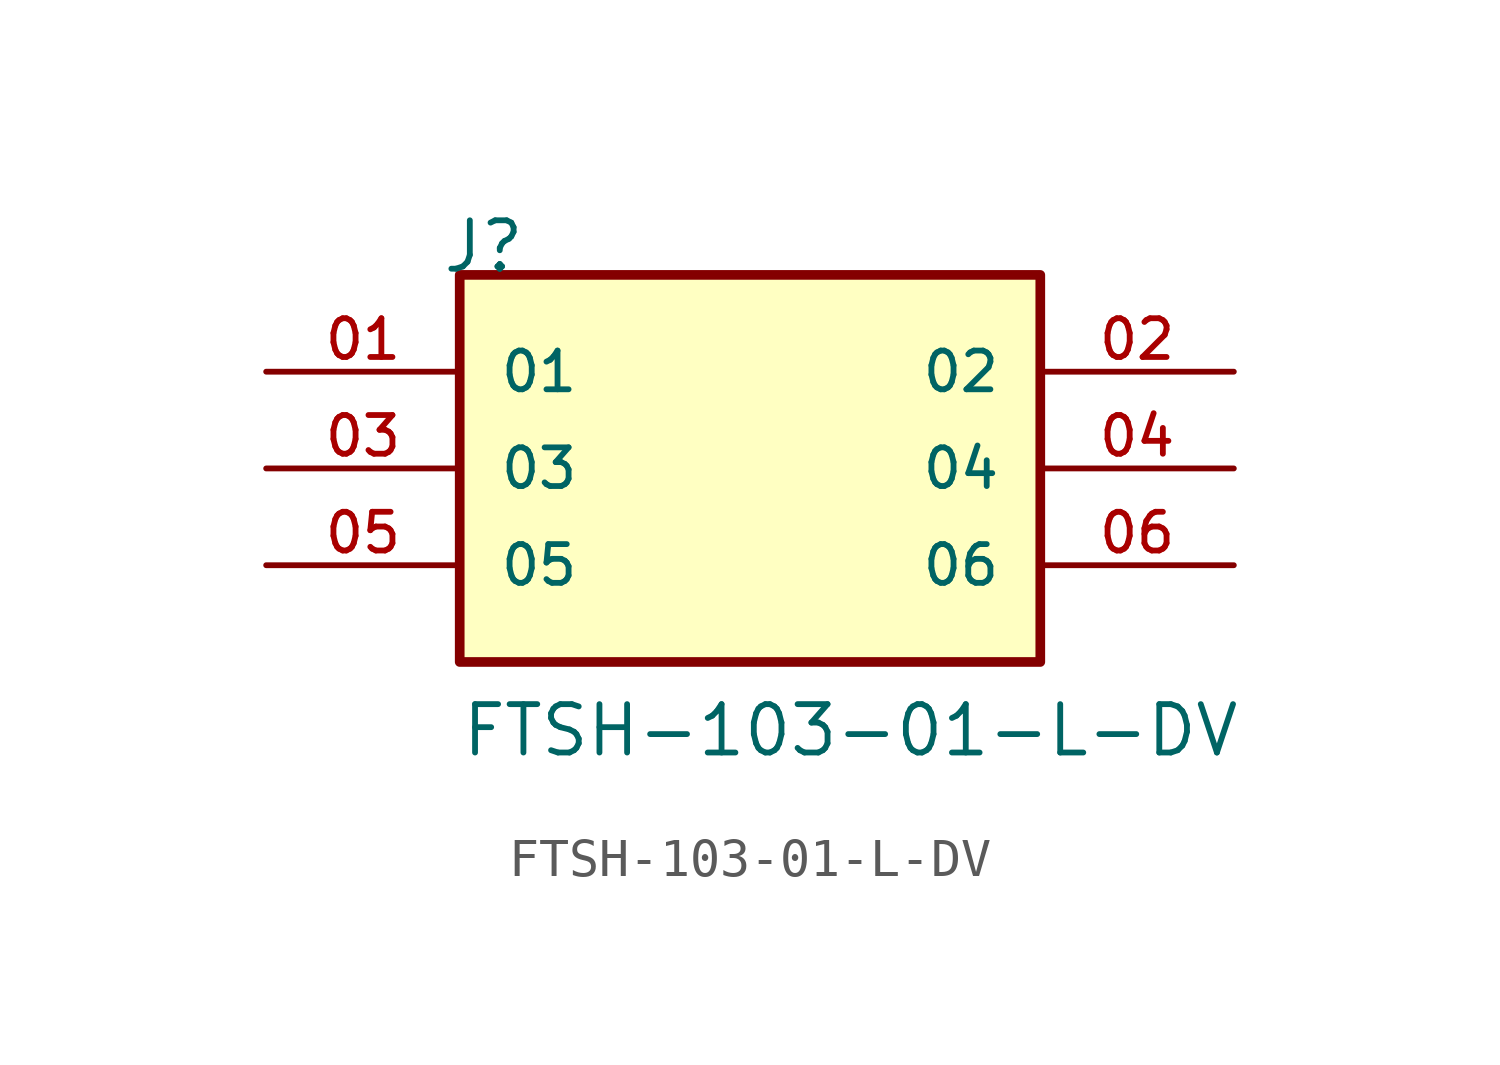
<source format=kicad_sym>
(kicad_symbol_lib
  (version 20211014)
  (generator kicad_symbol_editor)
  (symbol "FTSH-103-01-L-DV"
    (pin_names
      (offset 1.016))
    (property "Reference" "J"
      (at -8.12 5.08 0)
      (effects (font (size 1.27 1.27)) (justify bottom left)))
    (property "Value" "FTSH-103-01-L-DV"
      (at -7.62 -7.62 0)
      (effects (font (size 1.27 1.27)) (justify bottom left)))
    (symbol "FTSH-103-01-L-DV_0_0"
      (rectangle (start -7.62 -5.08) (end 7.62 5.08) (stroke (width 0.254)) (fill (type background)))
      (pin passive line (at -12.7 2.54 0) (length 5.08) (name "01" (effects (font (size 1.016 1.016)))) (number "01" (effects (font (size 1.016 1.016)))))
      (pin passive line (at 12.7 2.54 180.0) (length 5.08) (name "02" (effects (font (size 1.016 1.016)))) (number "02" (effects (font (size 1.016 1.016)))))
      (pin passive line (at -12.7 0.0 0) (length 5.08) (name "03" (effects (font (size 1.016 1.016)))) (number "03" (effects (font (size 1.016 1.016)))))
      (pin passive line (at 12.7 0.0 180.0) (length 5.08) (name "04" (effects (font (size 1.016 1.016)))) (number "04" (effects (font (size 1.016 1.016)))))
      (pin passive line (at -12.7 -2.54 0) (length 5.08) (name "05" (effects (font (size 1.016 1.016)))) (number "05" (effects (font (size 1.016 1.016)))))
      (pin passive line (at 12.7 -2.54 180.0) (length 5.08) (name "06" (effects (font (size 1.016 1.016)))) (number "06" (effects (font (size 1.016 1.016))))))))
</source>
